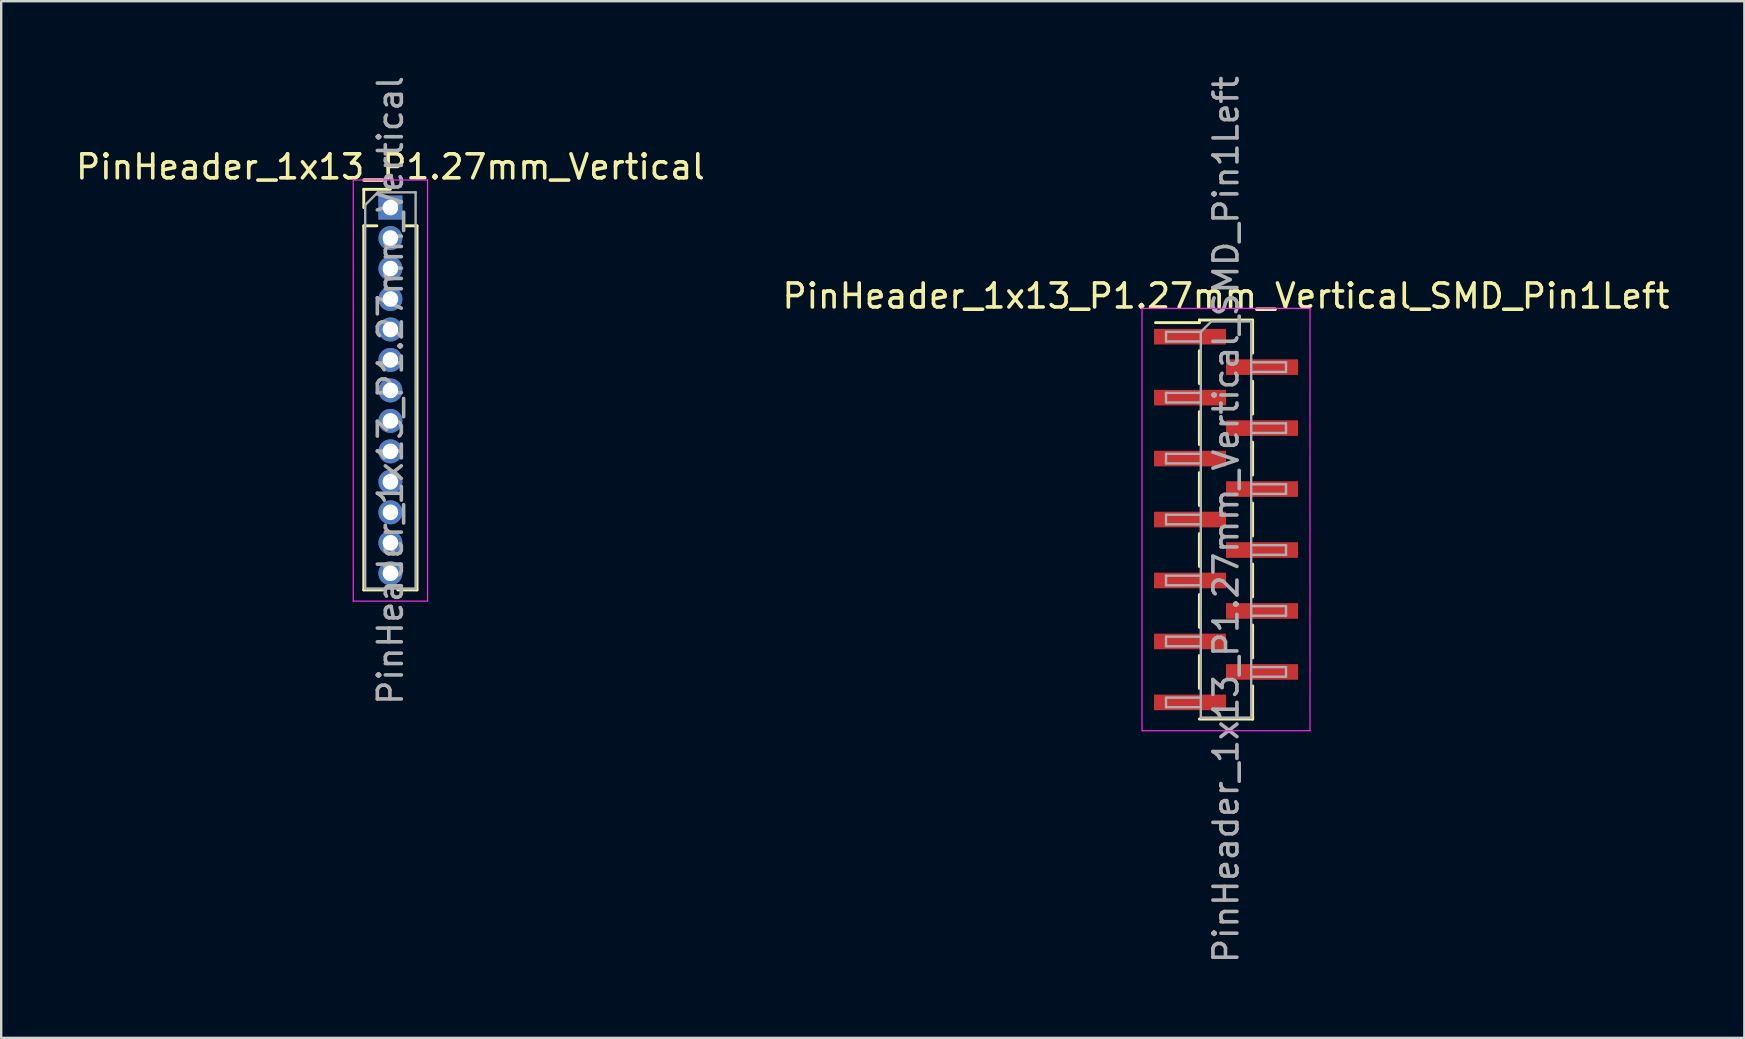
<source format=kicad_pcb>
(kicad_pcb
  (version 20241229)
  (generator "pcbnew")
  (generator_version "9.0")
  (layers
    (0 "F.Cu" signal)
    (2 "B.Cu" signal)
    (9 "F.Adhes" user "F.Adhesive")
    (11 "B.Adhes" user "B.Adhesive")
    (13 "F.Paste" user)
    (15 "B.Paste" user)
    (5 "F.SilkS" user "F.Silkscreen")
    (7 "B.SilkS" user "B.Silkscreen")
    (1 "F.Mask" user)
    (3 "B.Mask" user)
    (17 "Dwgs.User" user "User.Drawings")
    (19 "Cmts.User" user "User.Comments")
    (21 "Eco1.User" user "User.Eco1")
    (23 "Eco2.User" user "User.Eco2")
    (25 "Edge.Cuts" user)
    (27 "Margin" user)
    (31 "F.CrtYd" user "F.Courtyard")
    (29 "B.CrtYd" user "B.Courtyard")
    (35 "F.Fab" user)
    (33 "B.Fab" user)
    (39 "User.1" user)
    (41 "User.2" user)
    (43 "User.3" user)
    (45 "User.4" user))
  (footprint "PinHeader_1x13_P1.27mm_Vertical_SMD_Pin1Left"
    (layer "F.Cu")
    (at 48.042 18.601)
    (property "Reference" "PinHeader_1x13_P1.27mm_Vertical_SMD_Pin1Left" (at 0 -9.315 0) (layer "F.SilkS") (effects (font (size 1 1) (thickness 0.15))))
    (attr smd)
    (fp_line (start -1.11 -8.315) (end -1.11 -8.205) (stroke (width 0.12) (type solid)) (layer "F.SilkS"))
    (fp_line (start -1.11 -8.315) (end 1.11 -8.315) (stroke (width 0.12) (type solid)) (layer "F.SilkS"))
    (fp_line (start -1.11 -8.205) (end -2.94 -8.205) (stroke (width 0.12) (type solid)) (layer "F.SilkS"))
    (fp_line (start -1.11 -7.035) (end -1.11 -5.665) (stroke (width 0.12) (type solid)) (layer "F.SilkS"))
    (fp_line (start -1.11 -4.495) (end -1.11 -3.125) (stroke (width 0.12) (type solid)) (layer "F.SilkS"))
    (fp_line (start -1.11 -1.955) (end -1.11 -0.585) (stroke (width 0.12) (type solid)) (layer "F.SilkS"))
    (fp_line (start -1.11 0.585) (end -1.11 1.955) (stroke (width 0.12) (type solid)) (layer "F.SilkS"))
    (fp_line (start -1.11 3.125) (end -1.11 4.495) (stroke (width 0.12) (type solid)) (layer "F.SilkS"))
    (fp_line (start -1.11 5.665) (end -1.11 7.035) (stroke (width 0.12) (type solid)) (layer "F.SilkS"))
    (fp_line (start -1.11 8.315) (end 1.11 8.315) (stroke (width 0.12) (type solid)) (layer "F.SilkS"))
    (fp_line (start 1.11 -8.305) (end 1.11 -6.935) (stroke (width 0.12) (type solid)) (layer "F.SilkS"))
    (fp_line (start 1.11 -5.765) (end 1.11 -4.395) (stroke (width 0.12) (type solid)) (layer "F.SilkS"))
    (fp_line (start 1.11 -3.225) (end 1.11 -1.855) (stroke (width 0.12) (type solid)) (layer "F.SilkS"))
    (fp_line (start 1.11 -0.685) (end 1.11 0.685) (stroke (width 0.12) (type solid)) (layer "F.SilkS"))
    (fp_line (start 1.11 1.855) (end 1.11 3.225) (stroke (width 0.12) (type solid)) (layer "F.SilkS"))
    (fp_line (start 1.11 4.395) (end 1.11 5.765) (stroke (width 0.12) (type solid)) (layer "F.SilkS"))
    (fp_line (start 1.11 6.935) (end 1.11 8.305) (stroke (width 0.12) (type solid)) (layer "F.SilkS"))
    (fp_line (start 1.11 8.205) (end 1.11 8.315) (stroke (width 0.12) (type solid)) (layer "F.SilkS"))
    (fp_line (start -3.5 -8.8) (end -3.5 8.8) (stroke (width 0.05) (type solid)) (layer "F.CrtYd"))
    (fp_line (start -3.5 8.8) (end 3.5 8.8) (stroke (width 0.05) (type solid)) (layer "F.CrtYd"))
    (fp_line (start 3.5 -8.8) (end -3.5 -8.8) (stroke (width 0.05) (type solid)) (layer "F.CrtYd"))
    (fp_line (start 3.5 8.8) (end 3.5 -8.8) (stroke (width 0.05) (type solid)) (layer "F.CrtYd"))
    (fp_line (start -2.5 -7.82) (end -2.5 -7.42) (stroke (width 0.1) (type solid)) (layer "F.Fab"))
    (fp_line (start -2.5 -7.42) (end -1.05 -7.42) (stroke (width 0.1) (type solid)) (layer "F.Fab"))
    (fp_line (start -2.5 -5.28) (end -2.5 -4.88) (stroke (width 0.1) (type solid)) (layer "F.Fab"))
    (fp_line (start -2.5 -4.88) (end -1.05 -4.88) (stroke (width 0.1) (type solid)) (layer "F.Fab"))
    (fp_line (start -2.5 -2.74) (end -2.5 -2.34) (stroke (width 0.1) (type solid)) (layer "F.Fab"))
    (fp_line (start -2.5 -2.34) (end -1.05 -2.34) (stroke (width 0.1) (type solid)) (layer "F.Fab"))
    (fp_line (start -2.5 -0.2) (end -2.5 0.2) (stroke (width 0.1) (type solid)) (layer "F.Fab"))
    (fp_line (start -2.5 0.2) (end -1.05 0.2) (stroke (width 0.1) (type solid)) (layer "F.Fab"))
    (fp_line (start -2.5 2.34) (end -2.5 2.74) (stroke (width 0.1) (type solid)) (layer "F.Fab"))
    (fp_line (start -2.5 2.74) (end -1.05 2.74) (stroke (width 0.1) (type solid)) (layer "F.Fab"))
    (fp_line (start -2.5 4.88) (end -2.5 5.28) (stroke (width 0.1) (type solid)) (layer "F.Fab"))
    (fp_line (start -2.5 5.28) (end -1.05 5.28) (stroke (width 0.1) (type solid)) (layer "F.Fab"))
    (fp_line (start -2.5 7.42) (end -2.5 7.82) (stroke (width 0.1) (type solid)) (layer "F.Fab"))
    (fp_line (start -2.5 7.82) (end -1.05 7.82) (stroke (width 0.1) (type solid)) (layer "F.Fab"))
    (fp_line (start -1.05 -7.82) (end -2.5 -7.82) (stroke (width 0.1) (type solid)) (layer "F.Fab"))
    (fp_line (start -1.05 -7.82) (end -0.615 -8.255) (stroke (width 0.1) (type solid)) (layer "F.Fab"))
    (fp_line (start -1.05 -5.28) (end -2.5 -5.28) (stroke (width 0.1) (type solid)) (layer "F.Fab"))
    (fp_line (start -1.05 -2.74) (end -2.5 -2.74) (stroke (width 0.1) (type solid)) (layer "F.Fab"))
    (fp_line (start -1.05 -0.2) (end -2.5 -0.2) (stroke (width 0.1) (type solid)) (layer "F.Fab"))
    (fp_line (start -1.05 2.34) (end -2.5 2.34) (stroke (width 0.1) (type solid)) (layer "F.Fab"))
    (fp_line (start -1.05 4.88) (end -2.5 4.88) (stroke (width 0.1) (type solid)) (layer "F.Fab"))
    (fp_line (start -1.05 7.42) (end -2.5 7.42) (stroke (width 0.1) (type solid)) (layer "F.Fab"))
    (fp_line (start -1.05 8.255) (end -1.05 -7.82) (stroke (width 0.1) (type solid)) (layer "F.Fab"))
    (fp_line (start -0.615 -8.255) (end 1.05 -8.255) (stroke (width 0.1) (type solid)) (layer "F.Fab"))
    (fp_line (start 1.05 -8.255) (end 1.05 8.255) (stroke (width 0.1) (type solid)) (layer "F.Fab"))
    (fp_line (start 1.05 -6.55) (end 2.5 -6.55) (stroke (width 0.1) (type solid)) (layer "F.Fab"))
    (fp_line (start 1.05 -4.01) (end 2.5 -4.01) (stroke (width 0.1) (type solid)) (layer "F.Fab"))
    (fp_line (start 1.05 -1.47) (end 2.5 -1.47) (stroke (width 0.1) (type solid)) (layer "F.Fab"))
    (fp_line (start 1.05 1.07) (end 2.5 1.07) (stroke (width 0.1) (type solid)) (layer "F.Fab"))
    (fp_line (start 1.05 3.61) (end 2.5 3.61) (stroke (width 0.1) (type solid)) (layer "F.Fab"))
    (fp_line (start 1.05 6.15) (end 2.5 6.15) (stroke (width 0.1) (type solid)) (layer "F.Fab"))
    (fp_line (start 1.05 8.255) (end -1.05 8.255) (stroke (width 0.1) (type solid)) (layer "F.Fab"))
    (fp_line (start 2.5 -6.55) (end 2.5 -6.15) (stroke (width 0.1) (type solid)) (layer "F.Fab"))
    (fp_line (start 2.5 -6.15) (end 1.05 -6.15) (stroke (width 0.1) (type solid)) (layer "F.Fab"))
    (fp_line (start 2.5 -4.01) (end 2.5 -3.61) (stroke (width 0.1) (type solid)) (layer "F.Fab"))
    (fp_line (start 2.5 -3.61) (end 1.05 -3.61) (stroke (width 0.1) (type solid)) (layer "F.Fab"))
    (fp_line (start 2.5 -1.47) (end 2.5 -1.07) (stroke (width 0.1) (type solid)) (layer "F.Fab"))
    (fp_line (start 2.5 -1.07) (end 1.05 -1.07) (stroke (width 0.1) (type solid)) (layer "F.Fab"))
    (fp_line (start 2.5 1.07) (end 2.5 1.47) (stroke (width 0.1) (type solid)) (layer "F.Fab"))
    (fp_line (start 2.5 1.47) (end 1.05 1.47) (stroke (width 0.1) (type solid)) (layer "F.Fab"))
    (fp_line (start 2.5 3.61) (end 2.5 4.01) (stroke (width 0.1) (type solid)) (layer "F.Fab"))
    (fp_line (start 2.5 4.01) (end 1.05 4.01) (stroke (width 0.1) (type solid)) (layer "F.Fab"))
    (fp_line (start 2.5 6.15) (end 2.5 6.55) (stroke (width 0.1) (type solid)) (layer "F.Fab"))
    (fp_line (start 2.5 6.55) (end 1.05 6.55) (stroke (width 0.1) (type solid)) (layer "F.Fab"))
    (fp_text user "${REFERENCE}" (at 0 0 90) (layer "F.Fab") (effects (font (size 1 1) (thickness 0.15))))
    (pad "1" smd rect (at -1.5 -7.62) (size 3 0.65) (layers "F.Cu" "F.Mask" "F.Paste"))
    (pad "2" smd rect (at 1.5 -6.35) (size 3 0.65) (layers "F.Cu" "F.Mask" "F.Paste"))
    (pad "3" smd rect (at -1.5 -5.08) (size 3 0.65) (layers "F.Cu" "F.Mask" "F.Paste"))
    (pad "4" smd rect (at 1.5 -3.81) (size 3 0.65) (layers "F.Cu" "F.Mask" "F.Paste"))
    (pad "5" smd rect (at -1.5 -2.54) (size 3 0.65) (layers "F.Cu" "F.Mask" "F.Paste"))
    (pad "6" smd rect (at 1.5 -1.27) (size 3 0.65) (layers "F.Cu" "F.Mask" "F.Paste"))
    (pad "7" smd rect (at -1.5 0) (size 3 0.65) (layers "F.Cu" "F.Mask" "F.Paste"))
    (pad "8" smd rect (at 1.5 1.27) (size 3 0.65) (layers "F.Cu" "F.Mask" "F.Paste"))
    (pad "9" smd rect (at -1.5 2.54) (size 3 0.65) (layers "F.Cu" "F.Mask" "F.Paste"))
    (pad "10" smd rect (at 1.5 3.81) (size 3 0.65) (layers "F.Cu" "F.Mask" "F.Paste"))
    (pad "11" smd rect (at -1.5 5.08) (size 3 0.65) (layers "F.Cu" "F.Mask" "F.Paste"))
    (pad "12" smd rect (at 1.5 6.35) (size 3 0.65) (layers "F.Cu" "F.Mask" "F.Paste"))
    (pad "13" smd rect (at -1.5 7.62) (size 3 0.65) (layers "F.Cu" "F.Mask" "F.Paste")))
  (footprint "PinHeader_1x13_P1.27mm_Vertical"
    (layer "F.Cu")
    (at 13.22 5.6)
    (property "Reference" "PinHeader_1x13_P1.27mm_Vertical" (at 0 -1.695 0) (layer "F.SilkS") (effects (font (size 1 1) (thickness 0.15))))
    (attr through_hole)
    (fp_line (start -1.11 -0.76) (end 0 -0.76) (stroke (width 0.12) (type solid)) (layer "F.SilkS"))
    (fp_line (start -1.11 0) (end -1.11 -0.76) (stroke (width 0.12) (type solid)) (layer "F.SilkS"))
    (fp_line (start -1.11 0.76) (end -1.11 15.935) (stroke (width 0.12) (type solid)) (layer "F.SilkS"))
    (fp_line (start -1.11 0.76) (end -0.563 0.76) (stroke (width 0.12) (type solid)) (layer "F.SilkS"))
    (fp_line (start -1.11 15.935) (end -0.308 15.935) (stroke (width 0.12) (type solid)) (layer "F.SilkS"))
    (fp_line (start 0.308 15.935) (end 1.11 15.935) (stroke (width 0.12) (type solid)) (layer "F.SilkS"))
    (fp_line (start 0.563 0.76) (end 1.11 0.76) (stroke (width 0.12) (type solid)) (layer "F.SilkS"))
    (fp_line (start 1.11 0.76) (end 1.11 15.935) (stroke (width 0.12) (type solid)) (layer "F.SilkS"))
    (fp_line (start -1.55 -1.15) (end -1.55 16.4) (stroke (width 0.05) (type solid)) (layer "F.CrtYd"))
    (fp_line (start -1.55 16.4) (end 1.55 16.4) (stroke (width 0.05) (type solid)) (layer "F.CrtYd"))
    (fp_line (start 1.55 -1.15) (end -1.55 -1.15) (stroke (width 0.05) (type solid)) (layer "F.CrtYd"))
    (fp_line (start 1.55 16.4) (end 1.55 -1.15) (stroke (width 0.05) (type solid)) (layer "F.CrtYd"))
    (fp_line (start -1.05 -0.11) (end -0.525 -0.635) (stroke (width 0.1) (type solid)) (layer "F.Fab"))
    (fp_line (start -1.05 15.875) (end -1.05 -0.11) (stroke (width 0.1) (type solid)) (layer "F.Fab"))
    (fp_line (start -0.525 -0.635) (end 1.05 -0.635) (stroke (width 0.1) (type solid)) (layer "F.Fab"))
    (fp_line (start 1.05 -0.635) (end 1.05 15.875) (stroke (width 0.1) (type solid)) (layer "F.Fab"))
    (fp_line (start 1.05 15.875) (end -1.05 15.875) (stroke (width 0.1) (type solid)) (layer "F.Fab"))
    (fp_text user "${REFERENCE}" (at 0 7.62 90) (layer "F.Fab") (effects (font (size 1 1) (thickness 0.15))))
    (pad "1" thru_hole rect (at 0 0) (size 1 1) (drill 0.65) (layers "*.Cu" "*.Mask"))
    (pad "2" thru_hole oval (at 0 1.27) (size 1 1) (drill 0.65) (layers "*.Cu" "*.Mask"))
    (pad "3" thru_hole oval (at 0 2.54) (size 1 1) (drill 0.65) (layers "*.Cu" "*.Mask"))
    (pad "4" thru_hole oval (at 0 3.81) (size 1 1) (drill 0.65) (layers "*.Cu" "*.Mask"))
    (pad "5" thru_hole oval (at 0 5.08) (size 1 1) (drill 0.65) (layers "*.Cu" "*.Mask"))
    (pad "6" thru_hole oval (at 0 6.35) (size 1 1) (drill 0.65) (layers "*.Cu" "*.Mask"))
    (pad "7" thru_hole oval (at 0 7.62) (size 1 1) (drill 0.65) (layers "*.Cu" "*.Mask"))
    (pad "8" thru_hole oval (at 0 8.89) (size 1 1) (drill 0.65) (layers "*.Cu" "*.Mask"))
    (pad "9" thru_hole oval (at 0 10.16) (size 1 1) (drill 0.65) (layers "*.Cu" "*.Mask"))
    (pad "10" thru_hole oval (at 0 11.43) (size 1 1) (drill 0.65) (layers "*.Cu" "*.Mask"))
    (pad "11" thru_hole oval (at 0 12.7) (size 1 1) (drill 0.65) (layers "*.Cu" "*.Mask"))
    (pad "12" thru_hole oval (at 0 13.97) (size 1 1) (drill 0.65) (layers "*.Cu" "*.Mask"))
    (pad "13" thru_hole oval (at 0 15.24) (size 1 1) (drill 0.65) (layers "*.Cu" "*.Mask")))
  (gr_rect
    (start -3 -3)
    (end 69.643 40.202)
    (stroke (width 0.1) (type default))
    (fill no)
    (layer "Edge.Cuts")))
</source>
